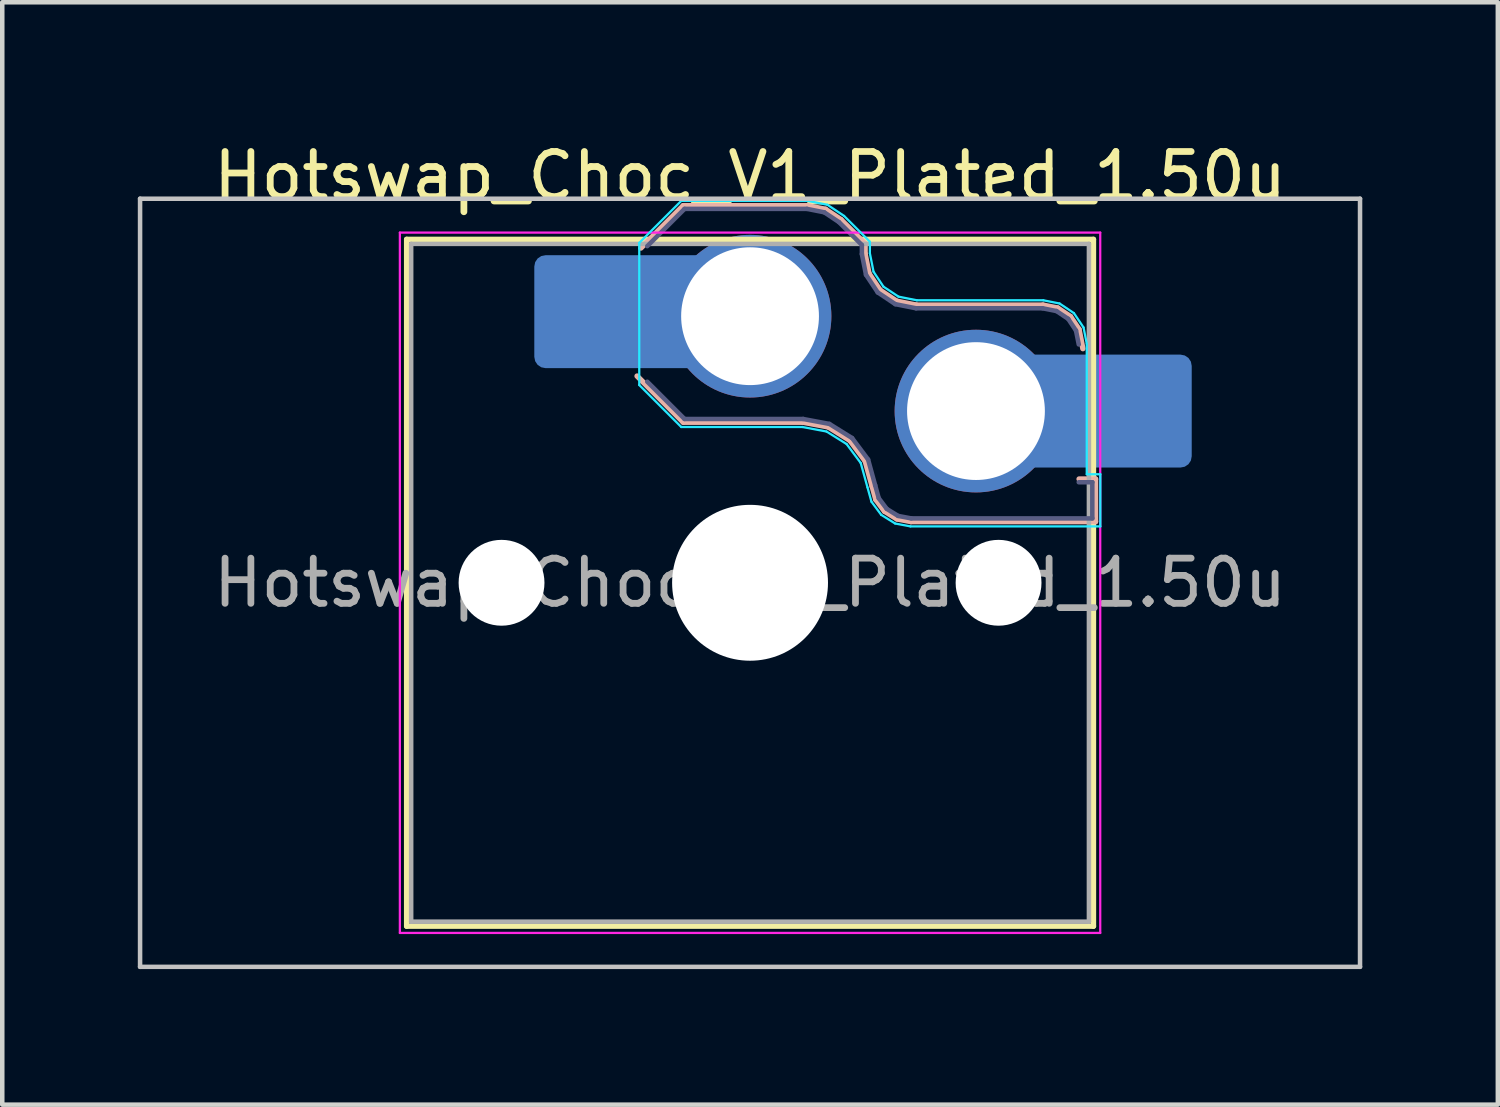
<source format=kicad_pcb>
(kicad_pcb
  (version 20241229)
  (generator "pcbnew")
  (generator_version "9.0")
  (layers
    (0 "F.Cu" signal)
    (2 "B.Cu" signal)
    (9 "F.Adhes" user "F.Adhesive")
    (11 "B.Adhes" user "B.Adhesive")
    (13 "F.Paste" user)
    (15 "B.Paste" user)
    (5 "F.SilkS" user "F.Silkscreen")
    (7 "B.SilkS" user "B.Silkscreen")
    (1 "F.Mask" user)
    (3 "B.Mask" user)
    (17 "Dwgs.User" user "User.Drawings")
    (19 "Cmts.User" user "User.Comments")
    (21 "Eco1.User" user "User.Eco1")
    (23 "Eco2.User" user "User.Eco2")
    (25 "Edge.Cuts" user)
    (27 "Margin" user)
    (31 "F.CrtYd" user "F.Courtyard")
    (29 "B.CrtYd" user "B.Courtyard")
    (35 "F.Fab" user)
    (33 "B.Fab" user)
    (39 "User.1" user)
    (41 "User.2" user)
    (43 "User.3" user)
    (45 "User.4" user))
  (footprint "Hotswap_Choc_V1_Plated_1.50u"
    (layer "F.Cu")
    (at 13.55 9.848)
    (property "Reference" "Hotswap_Choc_V1_Plated_1.50u" (at 0 -9 0) (layer "F.SilkS") (effects (font (size 1 1) (thickness 0.15))))
    (attr smd)
    (fp_line (start -7.6 -7.6) (end -7.6 7.6) (stroke (width 0.12) (type solid)) (layer "F.SilkS"))
    (fp_line (start -7.6 7.6) (end 7.6 7.6) (stroke (width 0.12) (type solid)) (layer "F.SilkS"))
    (fp_line (start 7.6 -7.6) (end -7.6 -7.6) (stroke (width 0.12) (type solid)) (layer "F.SilkS"))
    (fp_line (start 7.6 7.6) (end 7.6 -7.6) (stroke (width 0.12) (type solid)) (layer "F.SilkS"))
    (fp_line (start -2.416 -7.409) (end -1.479 -8.346) (stroke (width 0.12) (type solid)) (layer "B.SilkS"))
    (fp_line (start -1.479 -8.346) (end 1.268 -8.346) (stroke (width 0.12) (type solid)) (layer "B.SilkS"))
    (fp_line (start -1.479 -3.554) (end -2.5 -4.575) (stroke (width 0.12) (type solid)) (layer "B.SilkS"))
    (fp_line (start 1.168 -3.554) (end -1.479 -3.554) (stroke (width 0.12) (type solid)) (layer "B.SilkS"))
    (fp_line (start 1.268 -8.346) (end 1.671 -8.266) (stroke (width 0.12) (type solid)) (layer "B.SilkS"))
    (fp_line (start 1.671 -8.266) (end 2.013 -8.037) (stroke (width 0.12) (type solid)) (layer "B.SilkS"))
    (fp_line (start 1.73 -3.449) (end 1.168 -3.554) (stroke (width 0.12) (type solid)) (layer "B.SilkS"))
    (fp_line (start 2.013 -8.037) (end 2.546 -7.504) (stroke (width 0.12) (type solid)) (layer "B.SilkS"))
    (fp_line (start 2.209 -3.15) (end 1.73 -3.449) (stroke (width 0.12) (type solid)) (layer "B.SilkS"))
    (fp_line (start 2.546 -7.504) (end 2.546 -7.282) (stroke (width 0.12) (type solid)) (layer "B.SilkS"))
    (fp_line (start 2.546 -7.282) (end 2.633 -6.844) (stroke (width 0.12) (type solid)) (layer "B.SilkS"))
    (fp_line (start 2.547 -2.697) (end 2.209 -3.15) (stroke (width 0.12) (type solid)) (layer "B.SilkS"))
    (fp_line (start 2.633 -6.844) (end 2.877 -6.477) (stroke (width 0.12) (type solid)) (layer "B.SilkS"))
    (fp_line (start 2.701 -2.139) (end 2.547 -2.697) (stroke (width 0.12) (type solid)) (layer "B.SilkS"))
    (fp_line (start 2.783 -1.841) (end 2.701 -2.139) (stroke (width 0.12) (type solid)) (layer "B.SilkS"))
    (fp_line (start 2.877 -6.477) (end 3.244 -6.233) (stroke (width 0.12) (type solid)) (layer "B.SilkS"))
    (fp_line (start 2.976 -1.583) (end 2.783 -1.841) (stroke (width 0.12) (type solid)) (layer "B.SilkS"))
    (fp_line (start 3.244 -6.233) (end 3.682 -6.146) (stroke (width 0.12) (type solid)) (layer "B.SilkS"))
    (fp_line (start 3.25 -1.413) (end 2.976 -1.583) (stroke (width 0.12) (type solid)) (layer "B.SilkS"))
    (fp_line (start 3.56 -1.354) (end 3.25 -1.413) (stroke (width 0.12) (type solid)) (layer "B.SilkS"))
    (fp_line (start 3.682 -6.146) (end 6.482 -6.146) (stroke (width 0.12) (type solid)) (layer "B.SilkS"))
    (fp_line (start 6.482 -6.146) (end 6.809 -6.081) (stroke (width 0.12) (type solid)) (layer "B.SilkS"))
    (fp_line (start 6.809 -6.081) (end 7.092 -5.892) (stroke (width 0.12) (type solid)) (layer "B.SilkS"))
    (fp_line (start 7.092 -5.892) (end 7.281 -5.609) (stroke (width 0.12) (type solid)) (layer "B.SilkS"))
    (fp_line (start 7.281 -5.609) (end 7.366 -5.182) (stroke (width 0.12) (type solid)) (layer "B.SilkS"))
    (fp_line (start 7.283 -2.296) (end 7.646 -2.296) (stroke (width 0.12) (type solid)) (layer "B.SilkS"))
    (fp_line (start 7.646 -2.296) (end 7.646 -1.354) (stroke (width 0.12) (type solid)) (layer "B.SilkS"))
    (fp_line (start 7.646 -1.354) (end 3.56 -1.354) (stroke (width 0.12) (type solid)) (layer "B.SilkS"))
    (fp_line (start -13.5 -8.5) (end -13.5 8.5) (stroke (width 0.1) (type solid)) (layer "Dwgs.User"))
    (fp_line (start -13.5 8.5) (end 13.5 8.5) (stroke (width 0.1) (type solid)) (layer "Dwgs.User"))
    (fp_line (start 13.5 -8.5) (end -13.5 -8.5) (stroke (width 0.1) (type solid)) (layer "Dwgs.User"))
    (fp_line (start 13.5 8.5) (end 13.5 -8.5) (stroke (width 0.1) (type solid)) (layer "Dwgs.User"))
    (fp_line (start -7.25 -7.25) (end -7.25 7.25) (stroke (width 0.1) (type solid)) (layer "Eco1.User"))
    (fp_line (start -7.25 7.25) (end 7.25 7.25) (stroke (width 0.1) (type solid)) (layer "Eco1.User"))
    (fp_line (start 7.25 -7.25) (end -7.25 -7.25) (stroke (width 0.1) (type solid)) (layer "Eco1.User"))
    (fp_line (start 7.25 7.25) (end 7.25 -7.25) (stroke (width 0.1) (type solid)) (layer "Eco1.User"))
    (fp_line (start -2.452 -7.523) (end -1.523 -8.452) (stroke (width 0.05) (type solid)) (layer "B.CrtYd"))
    (fp_line (start -2.452 -4.377) (end -2.452 -7.523) (stroke (width 0.05) (type solid)) (layer "B.CrtYd"))
    (fp_line (start -1.523 -8.452) (end 1.278 -8.452) (stroke (width 0.05) (type solid)) (layer "B.CrtYd"))
    (fp_line (start -1.523 -3.448) (end -2.452 -4.377) (stroke (width 0.05) (type solid)) (layer "B.CrtYd"))
    (fp_line (start 1.159 -3.448) (end -1.523 -3.448) (stroke (width 0.05) (type solid)) (layer "B.CrtYd"))
    (fp_line (start 1.278 -8.452) (end 1.712 -8.366) (stroke (width 0.05) (type solid)) (layer "B.CrtYd"))
    (fp_line (start 1.691 -3.348) (end 1.159 -3.448) (stroke (width 0.05) (type solid)) (layer "B.CrtYd"))
    (fp_line (start 1.712 -8.366) (end 2.081 -8.119) (stroke (width 0.05) (type solid)) (layer "B.CrtYd"))
    (fp_line (start 2.081 -8.119) (end 2.652 -7.548) (stroke (width 0.05) (type solid)) (layer "B.CrtYd"))
    (fp_line (start 2.136 -3.071) (end 1.691 -3.348) (stroke (width 0.05) (type solid)) (layer "B.CrtYd"))
    (fp_line (start 2.45 -2.65) (end 2.136 -3.071) (stroke (width 0.05) (type solid)) (layer "B.CrtYd"))
    (fp_line (start 2.599 -2.111) (end 2.45 -2.65) (stroke (width 0.05) (type solid)) (layer "B.CrtYd"))
    (fp_line (start 2.652 -7.548) (end 2.652 -7.292) (stroke (width 0.05) (type solid)) (layer "B.CrtYd"))
    (fp_line (start 2.652 -7.292) (end 2.733 -6.885) (stroke (width 0.05) (type solid)) (layer "B.CrtYd"))
    (fp_line (start 2.687 -1.794) (end 2.599 -2.111) (stroke (width 0.05) (type solid)) (layer "B.CrtYd"))
    (fp_line (start 2.733 -6.885) (end 2.953 -6.553) (stroke (width 0.05) (type solid)) (layer "B.CrtYd"))
    (fp_line (start 2.903 -1.503) (end 2.687 -1.794) (stroke (width 0.05) (type solid)) (layer "B.CrtYd"))
    (fp_line (start 2.953 -6.553) (end 3.285 -6.333) (stroke (width 0.05) (type solid)) (layer "B.CrtYd"))
    (fp_line (start 3.211 -1.312) (end 2.903 -1.503) (stroke (width 0.05) (type solid)) (layer "B.CrtYd"))
    (fp_line (start 3.285 -6.333) (end 3.692 -6.252) (stroke (width 0.05) (type solid)) (layer "B.CrtYd"))
    (fp_line (start 3.55 -1.248) (end 3.211 -1.312) (stroke (width 0.05) (type solid)) (layer "B.CrtYd"))
    (fp_line (start 3.692 -6.252) (end 6.492 -6.252) (stroke (width 0.05) (type solid)) (layer "B.CrtYd"))
    (fp_line (start 6.492 -6.252) (end 6.85 -6.181) (stroke (width 0.05) (type solid)) (layer "B.CrtYd"))
    (fp_line (start 6.85 -6.181) (end 7.168 -5.968) (stroke (width 0.05) (type solid)) (layer "B.CrtYd"))
    (fp_line (start 7.168 -5.968) (end 7.381 -5.65) (stroke (width 0.05) (type solid)) (layer "B.CrtYd"))
    (fp_line (start 7.381 -5.65) (end 7.452 -5.292) (stroke (width 0.05) (type solid)) (layer "B.CrtYd"))
    (fp_line (start 7.452 -5.292) (end 7.452 -2.402) (stroke (width 0.05) (type solid)) (layer "B.CrtYd"))
    (fp_line (start 7.452 -2.402) (end 7.752 -2.402) (stroke (width 0.05) (type solid)) (layer "B.CrtYd"))
    (fp_line (start 7.752 -2.402) (end 7.752 -1.248) (stroke (width 0.05) (type solid)) (layer "B.CrtYd"))
    (fp_line (start 7.752 -1.248) (end 3.55 -1.248) (stroke (width 0.05) (type solid)) (layer "B.CrtYd"))
    (fp_line (start -7.75 -7.75) (end -7.75 7.75) (stroke (width 0.05) (type solid)) (layer "F.CrtYd"))
    (fp_line (start -7.75 7.75) (end 7.75 7.75) (stroke (width 0.05) (type solid)) (layer "F.CrtYd"))
    (fp_line (start 7.75 -7.75) (end -7.75 -7.75) (stroke (width 0.05) (type solid)) (layer "F.CrtYd"))
    (fp_line (start 7.75 7.75) (end 7.75 -7.75) (stroke (width 0.05) (type solid)) (layer "F.CrtYd"))
    (fp_line (start -2.275 -7.45) (end -1.45 -8.275) (stroke (width 0.1) (type solid)) (layer "B.Fab"))
    (fp_line (start -1.45 -8.275) (end 1.261 -8.275) (stroke (width 0.1) (type solid)) (layer "B.Fab"))
    (fp_line (start -1.45 -3.625) (end -2.275 -4.45) (stroke (width 0.1) (type solid)) (layer "B.Fab"))
    (fp_line (start 1.175 -3.625) (end -1.45 -3.625) (stroke (width 0.1) (type solid)) (layer "B.Fab"))
    (fp_line (start 1.261 -8.275) (end 1.643 -8.199) (stroke (width 0.1) (type solid)) (layer "B.Fab"))
    (fp_line (start 1.643 -8.199) (end 1.968 -7.982) (stroke (width 0.1) (type solid)) (layer "B.Fab"))
    (fp_line (start 1.756 -3.516) (end 1.175 -3.625) (stroke (width 0.1) (type solid)) (layer "B.Fab"))
    (fp_line (start 1.968 -7.982) (end 2.475 -7.475) (stroke (width 0.1) (type solid)) (layer "B.Fab"))
    (fp_line (start 2.258 -3.203) (end 1.756 -3.516) (stroke (width 0.1) (type solid)) (layer "B.Fab"))
    (fp_line (start 2.475 -7.475) (end 2.475 -7.275) (stroke (width 0.1) (type solid)) (layer "B.Fab"))
    (fp_line (start 2.475 -7.275) (end 2.566 -6.816) (stroke (width 0.1) (type solid)) (layer "B.Fab"))
    (fp_line (start 2.566 -6.816) (end 2.826 -6.426) (stroke (width 0.1) (type solid)) (layer "B.Fab"))
    (fp_line (start 2.612 -2.729) (end 2.258 -3.203) (stroke (width 0.1) (type solid)) (layer "B.Fab"))
    (fp_line (start 2.769 -2.158) (end 2.612 -2.729) (stroke (width 0.1) (type solid)) (layer "B.Fab"))
    (fp_line (start 2.826 -6.426) (end 3.216 -6.166) (stroke (width 0.1) (type solid)) (layer "B.Fab"))
    (fp_line (start 2.848 -1.873) (end 2.769 -2.158) (stroke (width 0.1) (type solid)) (layer "B.Fab"))
    (fp_line (start 3.025 -1.636) (end 2.848 -1.873) (stroke (width 0.1) (type solid)) (layer "B.Fab"))
    (fp_line (start 3.216 -6.166) (end 3.675 -6.075) (stroke (width 0.1) (type solid)) (layer "B.Fab"))
    (fp_line (start 3.276 -1.48) (end 3.025 -1.636) (stroke (width 0.1) (type solid)) (layer "B.Fab"))
    (fp_line (start 3.567 -1.425) (end 3.276 -1.48) (stroke (width 0.1) (type solid)) (layer "B.Fab"))
    (fp_line (start 3.675 -6.075) (end 6.475 -6.075) (stroke (width 0.1) (type solid)) (layer "B.Fab"))
    (fp_line (start 6.475 -6.075) (end 6.781 -6.014) (stroke (width 0.1) (type solid)) (layer "B.Fab"))
    (fp_line (start 6.781 -6.014) (end 7.041 -5.841) (stroke (width 0.1) (type solid)) (layer "B.Fab"))
    (fp_line (start 7.041 -5.841) (end 7.214 -5.581) (stroke (width 0.1) (type solid)) (layer "B.Fab"))
    (fp_line (start 7.214 -5.581) (end 7.275 -5.275) (stroke (width 0.1) (type solid)) (layer "B.Fab"))
    (fp_line (start 7.275 -2.225) (end 7.575 -2.225) (stroke (width 0.1) (type solid)) (layer "B.Fab"))
    (fp_line (start 7.575 -2.225) (end 7.575 -1.425) (stroke (width 0.1) (type solid)) (layer "B.Fab"))
    (fp_line (start 7.575 -1.425) (end 3.567 -1.425) (stroke (width 0.1) (type solid)) (layer "B.Fab"))
    (fp_line (start -7.5 -7.5) (end -7.5 7.5) (stroke (width 0.1) (type solid)) (layer "F.Fab"))
    (fp_line (start -7.5 7.5) (end 7.5 7.5) (stroke (width 0.1) (type solid)) (layer "F.Fab"))
    (fp_line (start 7.5 -7.5) (end -7.5 -7.5) (stroke (width 0.1) (type solid)) (layer "F.Fab"))
    (fp_line (start 7.5 7.5) (end 7.5 -7.5) (stroke (width 0.1) (type solid)) (layer "F.Fab"))
    (fp_text user "${REFERENCE}" (at 0 0 0) (layer "F.Fab") (effects (font (size 1 1) (thickness 0.15))))
    (pad "" np_thru_hole circle (at -5.5 0) (size 1.9 1.9) (drill 1.9) (layers "*.Cu" "*.Mask"))
    (pad "" smd roundrect (at -3.5 -6) (size 2.55 2.5) (layers "B.Mask" "B.Paste") (roundrect_rratio 0.1))
    (pad "" np_thru_hole circle (at 0 0) (size 3.45 3.45) (drill 3.45) (layers "*.Cu" "*.Mask"))
    (pad "" np_thru_hole circle (at 5.5 0) (size 1.9 1.9) (drill 1.9) (layers "*.Cu" "*.Mask"))
    (pad "" smd roundrect (at 8.5 -3.8) (size 2.55 2.5) (layers "B.Mask" "B.Paste") (roundrect_rratio 0.1))
    (pad "1" smd roundrect (at -2.85 -6) (size 3.85 2.5) (layers "B.Cu") (roundrect_rratio 0.1))
    (pad "1" thru_hole circle (at 0 -5.9) (size 3.6 3.6) (drill 3.05) (layers "*.Cu" "*.Mask"))
    (pad "2" thru_hole circle (at 5 -3.8) (size 3.6 3.6) (drill 3.05) (layers "*.Cu" "*.Mask"))
    (pad "2" smd roundrect (at 7.85 -3.8) (size 3.85 2.5) (layers "B.Cu") (roundrect_rratio 0.1)))
  (gr_rect
    (start -3 -3)
    (end 30.1 21.398)
    (stroke (width 0.1) (type default))
    (fill no)
    (layer "Edge.Cuts")))
</source>
